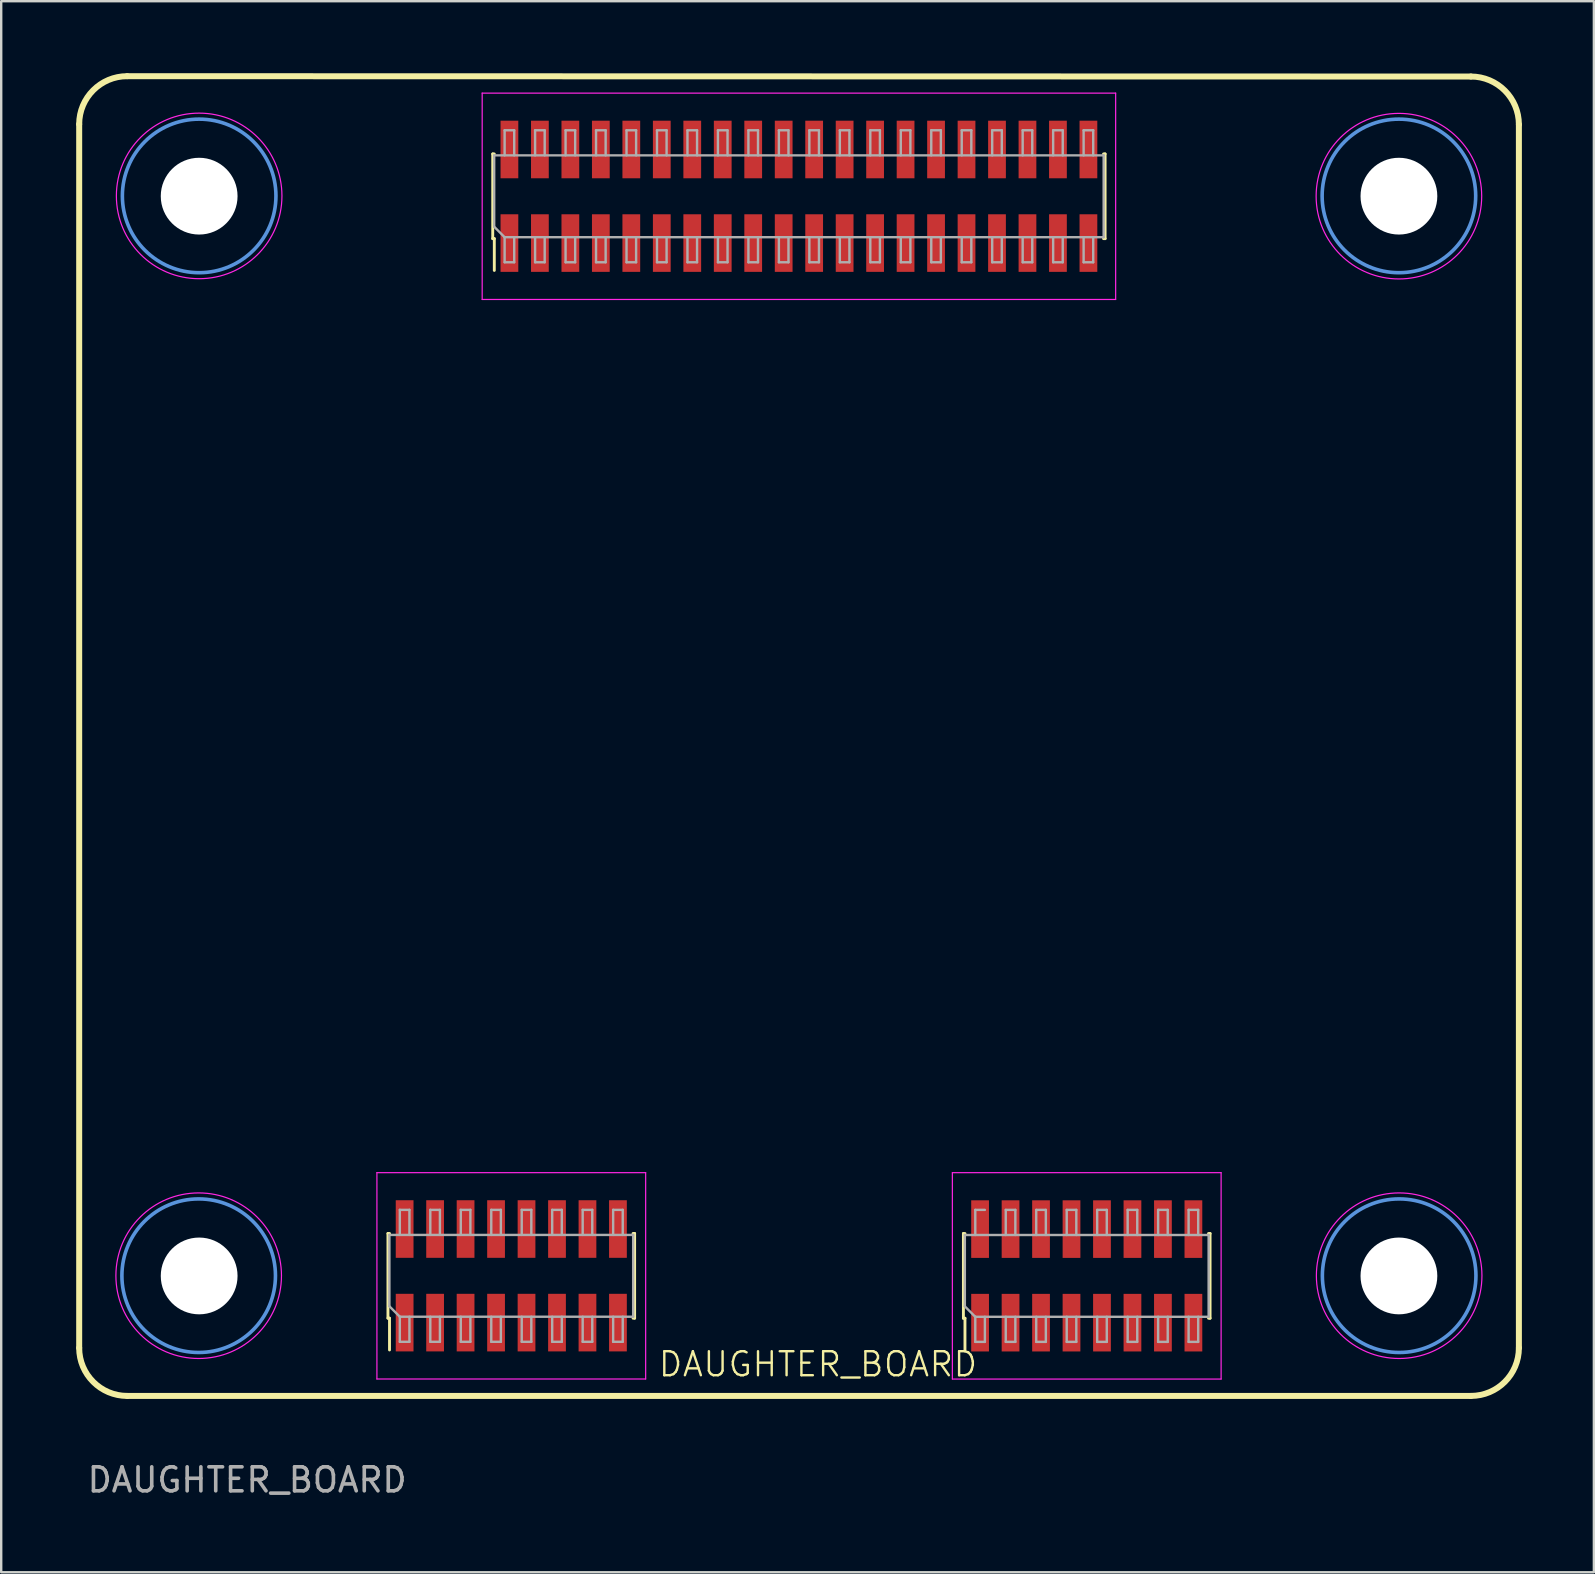
<source format=kicad_pcb>
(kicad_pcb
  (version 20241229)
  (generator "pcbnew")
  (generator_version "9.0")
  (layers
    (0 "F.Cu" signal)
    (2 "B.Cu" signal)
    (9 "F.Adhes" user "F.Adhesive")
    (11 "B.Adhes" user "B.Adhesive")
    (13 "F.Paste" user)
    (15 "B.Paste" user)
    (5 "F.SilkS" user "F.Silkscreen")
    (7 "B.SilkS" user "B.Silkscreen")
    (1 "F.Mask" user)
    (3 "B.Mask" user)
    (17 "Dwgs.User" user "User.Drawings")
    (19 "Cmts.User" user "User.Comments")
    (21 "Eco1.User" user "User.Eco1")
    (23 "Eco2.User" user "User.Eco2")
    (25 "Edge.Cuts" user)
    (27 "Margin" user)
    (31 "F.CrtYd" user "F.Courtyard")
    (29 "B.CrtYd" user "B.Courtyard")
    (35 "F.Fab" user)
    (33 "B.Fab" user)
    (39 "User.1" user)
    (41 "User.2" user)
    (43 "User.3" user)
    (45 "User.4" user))
  (footprint "DAUGHTER_BOARD"
    (layer "F.Cu")
    (at 0.25 55.125)
    (property "Reference" "DAUGHTER_BOARD" (at 30.79 -1.32 0) (unlocked yes) (layer "F.SilkS") (effects (font (size 1 1) (thickness 0.1))))
    (attr smd)
    (fp_line (start 0 -2) (end 0 -53) (stroke (width 0.25) (type default)) (layer "F.SilkS"))
    (fp_line (start 2 -55) (end 58 -54.985) (stroke (width 0.25) (type default)) (layer "F.SilkS"))
    (fp_line (start 12.868 -6.77) (end 12.933 -6.77) (stroke (width 0.12) (type solid)) (layer "F.SilkS"))
    (fp_line (start 12.868 -3.24) (end 12.868 -6.77) (stroke (width 0.12) (type solid)) (layer "F.SilkS"))
    (fp_line (start 12.868 -3.24) (end 12.933 -3.24) (stroke (width 0.12) (type solid)) (layer "F.SilkS"))
    (fp_line (start 12.933 -1.915) (end 12.933 -3.24) (stroke (width 0.12) (type solid)) (layer "F.SilkS"))
    (fp_line (start 17.235 -51.76) (end 17.3 -51.76) (stroke (width 0.12) (type solid)) (layer "F.SilkS"))
    (fp_line (start 17.235 -48.23) (end 17.235 -51.76) (stroke (width 0.12) (type solid)) (layer "F.SilkS"))
    (fp_line (start 17.235 -48.23) (end 17.3 -48.23) (stroke (width 0.12) (type solid)) (layer "F.SilkS"))
    (fp_line (start 17.3 -46.905) (end 17.3 -48.23) (stroke (width 0.12) (type solid)) (layer "F.SilkS"))
    (fp_line (start 23.083 -6.77) (end 23.148 -6.77) (stroke (width 0.12) (type solid)) (layer "F.SilkS"))
    (fp_line (start 23.083 -3.24) (end 23.148 -3.24) (stroke (width 0.12) (type solid)) (layer "F.SilkS"))
    (fp_line (start 23.148 -3.24) (end 23.148 -6.77) (stroke (width 0.12) (type solid)) (layer "F.SilkS"))
    (fp_line (start 36.85 -6.768) (end 36.915 -6.768) (stroke (width 0.12) (type solid)) (layer "F.SilkS"))
    (fp_line (start 36.85 -3.237) (end 36.85 -6.768) (stroke (width 0.12) (type solid)) (layer "F.SilkS"))
    (fp_line (start 36.85 -3.237) (end 36.915 -3.237) (stroke (width 0.12) (type solid)) (layer "F.SilkS"))
    (fp_line (start 36.915 -1.913) (end 36.915 -3.237) (stroke (width 0.12) (type solid)) (layer "F.SilkS"))
    (fp_line (start 42.69 -51.76) (end 42.755 -51.76) (stroke (width 0.12) (type solid)) (layer "F.SilkS"))
    (fp_line (start 42.69 -48.23) (end 42.755 -48.23) (stroke (width 0.12) (type solid)) (layer "F.SilkS"))
    (fp_line (start 42.755 -48.23) (end 42.755 -51.76) (stroke (width 0.12) (type solid)) (layer "F.SilkS"))
    (fp_line (start 47.065 -6.768) (end 47.13 -6.768) (stroke (width 0.12) (type solid)) (layer "F.SilkS"))
    (fp_line (start 47.065 -3.237) (end 47.13 -3.237) (stroke (width 0.12) (type solid)) (layer "F.SilkS"))
    (fp_line (start 47.13 -3.237) (end 47.13 -6.768) (stroke (width 0.12) (type solid)) (layer "F.SilkS"))
    (fp_line (start 58 0) (end 2 0) (stroke (width 0.25) (type default)) (layer "F.SilkS"))
    (fp_line (start 60 -52.986) (end 60 -2) (stroke (width 0.25) (type default)) (layer "F.SilkS"))
    (fp_arc (start 0 -53) (mid 0.585786 -54.414213) (end 2 -55) (stroke (width 0.25) (type default)) (layer "F.SilkS"))
    (fp_arc (start 2 0) (mid 0.585786 -0.585786) (end 0 -2) (stroke (width 0.25) (type default)) (layer "F.SilkS"))
    (fp_arc (start 58 -54.985786) (mid 59.414214 -54.4) (end 60 -52.985786) (stroke (width 0.25) (type default)) (layer "F.SilkS"))
    (fp_arc (start 60 -2) (mid 59.414214 -0.585786) (end 58 0) (stroke (width 0.25) (type default)) (layer "F.SilkS"))
    (fp_circle (center 4.98 -5.01) (end 8.18 -5.01) (stroke (width 0.15) (type solid)) (fill no) (layer "Cmts.User"))
    (fp_circle (center 5 -50.01) (end 8.2 -50.01) (stroke (width 0.15) (type solid)) (fill no) (layer "Cmts.User"))
    (fp_circle (center 55 -50.01) (end 58.2 -50.01) (stroke (width 0.15) (type solid)) (fill no) (layer "Cmts.User"))
    (fp_circle (center 55.01 -5.01) (end 58.21 -5.01) (stroke (width 0.15) (type solid)) (fill no) (layer "Cmts.User"))
    (fp_line (start 12.408 -9.305) (end 12.408 -0.705) (stroke (width 0.05) (type solid)) (layer "F.CrtYd"))
    (fp_line (start 12.408 -0.705) (end 23.608 -0.705) (stroke (width 0.05) (type solid)) (layer "F.CrtYd"))
    (fp_line (start 16.795 -54.295) (end 16.795 -45.695) (stroke (width 0.05) (type solid)) (layer "F.CrtYd"))
    (fp_line (start 16.795 -45.695) (end 43.195 -45.695) (stroke (width 0.05) (type solid)) (layer "F.CrtYd"))
    (fp_line (start 23.608 -9.305) (end 12.408 -9.305) (stroke (width 0.05) (type solid)) (layer "F.CrtYd"))
    (fp_line (start 23.608 -0.705) (end 23.608 -9.305) (stroke (width 0.05) (type solid)) (layer "F.CrtYd"))
    (fp_line (start 36.39 -9.303) (end 36.39 -0.703) (stroke (width 0.05) (type solid)) (layer "F.CrtYd"))
    (fp_line (start 36.39 -0.703) (end 47.59 -0.703) (stroke (width 0.05) (type solid)) (layer "F.CrtYd"))
    (fp_line (start 43.195 -54.295) (end 16.795 -54.295) (stroke (width 0.05) (type solid)) (layer "F.CrtYd"))
    (fp_line (start 43.195 -45.695) (end 43.195 -54.295) (stroke (width 0.05) (type solid)) (layer "F.CrtYd"))
    (fp_line (start 47.59 -9.303) (end 36.39 -9.303) (stroke (width 0.05) (type solid)) (layer "F.CrtYd"))
    (fp_line (start 47.59 -0.703) (end 47.59 -9.303) (stroke (width 0.05) (type solid)) (layer "F.CrtYd"))
    (fp_circle (center 4.98 -5.01) (end 8.43 -5.01) (stroke (width 0.05) (type solid)) (fill no) (layer "F.CrtYd"))
    (fp_circle (center 5 -50.01) (end 8.45 -50.01) (stroke (width 0.05) (type solid)) (fill no) (layer "F.CrtYd"))
    (fp_circle (center 55 -50) (end 58.45 -50) (stroke (width 0.05) (type solid)) (fill no) (layer "F.CrtYd"))
    (fp_circle (center 55.01 -5.01) (end 58.46 -5.01) (stroke (width 0.05) (type solid)) (fill no) (layer "F.CrtYd"))
    (fp_line (start 12.928 -6.71) (end 23.088 -6.71) (stroke (width 0.1) (type solid)) (layer "F.Fab"))
    (fp_line (start 12.928 -3.735) (end 12.928 -6.71) (stroke (width 0.1) (type solid)) (layer "F.Fab"))
    (fp_line (start 13.363 -7.755) (end 13.763 -7.755) (stroke (width 0.1) (type solid)) (layer "F.Fab"))
    (fp_line (start 13.363 -6.71) (end 13.363 -7.755) (stroke (width 0.1) (type solid)) (layer "F.Fab"))
    (fp_line (start 13.363 -3.3) (end 12.928 -3.735) (stroke (width 0.1) (type solid)) (layer "F.Fab"))
    (fp_line (start 13.363 -3.3) (end 13.363 -2.255) (stroke (width 0.1) (type solid)) (layer "F.Fab"))
    (fp_line (start 13.363 -2.255) (end 13.763 -2.255) (stroke (width 0.1) (type solid)) (layer "F.Fab"))
    (fp_line (start 13.763 -7.755) (end 13.763 -6.71) (stroke (width 0.1) (type solid)) (layer "F.Fab"))
    (fp_line (start 13.763 -2.255) (end 13.763 -3.3) (stroke (width 0.1) (type solid)) (layer "F.Fab"))
    (fp_line (start 14.633 -7.755) (end 15.033 -7.755) (stroke (width 0.1) (type solid)) (layer "F.Fab"))
    (fp_line (start 14.633 -6.71) (end 14.633 -7.755) (stroke (width 0.1) (type solid)) (layer "F.Fab"))
    (fp_line (start 14.633 -3.3) (end 14.633 -2.255) (stroke (width 0.1) (type solid)) (layer "F.Fab"))
    (fp_line (start 14.633 -2.255) (end 15.033 -2.255) (stroke (width 0.1) (type solid)) (layer "F.Fab"))
    (fp_line (start 15.033 -7.755) (end 15.033 -6.71) (stroke (width 0.1) (type solid)) (layer "F.Fab"))
    (fp_line (start 15.033 -2.255) (end 15.033 -3.3) (stroke (width 0.1) (type solid)) (layer "F.Fab"))
    (fp_line (start 15.903 -7.755) (end 16.303 -7.755) (stroke (width 0.1) (type solid)) (layer "F.Fab"))
    (fp_line (start 15.903 -6.71) (end 15.903 -7.755) (stroke (width 0.1) (type solid)) (layer "F.Fab"))
    (fp_line (start 15.903 -3.3) (end 15.903 -2.255) (stroke (width 0.1) (type solid)) (layer "F.Fab"))
    (fp_line (start 15.903 -2.255) (end 16.303 -2.255) (stroke (width 0.1) (type solid)) (layer "F.Fab"))
    (fp_line (start 16.303 -7.755) (end 16.303 -6.71) (stroke (width 0.1) (type solid)) (layer "F.Fab"))
    (fp_line (start 16.303 -2.255) (end 16.303 -3.3) (stroke (width 0.1) (type solid)) (layer "F.Fab"))
    (fp_line (start 17.173 -7.755) (end 17.573 -7.755) (stroke (width 0.1) (type solid)) (layer "F.Fab"))
    (fp_line (start 17.173 -6.71) (end 17.173 -7.755) (stroke (width 0.1) (type solid)) (layer "F.Fab"))
    (fp_line (start 17.173 -3.3) (end 17.173 -2.255) (stroke (width 0.1) (type solid)) (layer "F.Fab"))
    (fp_line (start 17.173 -2.255) (end 17.573 -2.255) (stroke (width 0.1) (type solid)) (layer "F.Fab"))
    (fp_line (start 17.295 -51.7) (end 42.695 -51.7) (stroke (width 0.1) (type solid)) (layer "F.Fab"))
    (fp_line (start 17.295 -48.725) (end 17.295 -51.7) (stroke (width 0.1) (type solid)) (layer "F.Fab"))
    (fp_line (start 17.573 -7.755) (end 17.573 -6.71) (stroke (width 0.1) (type solid)) (layer "F.Fab"))
    (fp_line (start 17.573 -2.255) (end 17.573 -3.3) (stroke (width 0.1) (type solid)) (layer "F.Fab"))
    (fp_line (start 17.73 -52.745) (end 18.13 -52.745) (stroke (width 0.1) (type solid)) (layer "F.Fab"))
    (fp_line (start 17.73 -51.7) (end 17.73 -52.745) (stroke (width 0.1) (type solid)) (layer "F.Fab"))
    (fp_line (start 17.73 -48.29) (end 17.295 -48.725) (stroke (width 0.1) (type solid)) (layer "F.Fab"))
    (fp_line (start 17.73 -48.29) (end 17.73 -47.245) (stroke (width 0.1) (type solid)) (layer "F.Fab"))
    (fp_line (start 17.73 -47.245) (end 18.13 -47.245) (stroke (width 0.1) (type solid)) (layer "F.Fab"))
    (fp_line (start 18.13 -52.745) (end 18.13 -51.7) (stroke (width 0.1) (type solid)) (layer "F.Fab"))
    (fp_line (start 18.13 -47.245) (end 18.13 -48.29) (stroke (width 0.1) (type solid)) (layer "F.Fab"))
    (fp_line (start 18.443 -7.755) (end 18.843 -7.755) (stroke (width 0.1) (type solid)) (layer "F.Fab"))
    (fp_line (start 18.443 -6.71) (end 18.443 -7.755) (stroke (width 0.1) (type solid)) (layer "F.Fab"))
    (fp_line (start 18.443 -3.3) (end 18.443 -2.255) (stroke (width 0.1) (type solid)) (layer "F.Fab"))
    (fp_line (start 18.443 -2.255) (end 18.843 -2.255) (stroke (width 0.1) (type solid)) (layer "F.Fab"))
    (fp_line (start 18.843 -7.755) (end 18.843 -6.71) (stroke (width 0.1) (type solid)) (layer "F.Fab"))
    (fp_line (start 18.843 -2.255) (end 18.843 -3.3) (stroke (width 0.1) (type solid)) (layer "F.Fab"))
    (fp_line (start 19 -52.745) (end 19.4 -52.745) (stroke (width 0.1) (type solid)) (layer "F.Fab"))
    (fp_line (start 19 -51.7) (end 19 -52.745) (stroke (width 0.1) (type solid)) (layer "F.Fab"))
    (fp_line (start 19 -48.29) (end 19 -47.245) (stroke (width 0.1) (type solid)) (layer "F.Fab"))
    (fp_line (start 19 -47.245) (end 19.4 -47.245) (stroke (width 0.1) (type solid)) (layer "F.Fab"))
    (fp_line (start 19.4 -52.745) (end 19.4 -51.7) (stroke (width 0.1) (type solid)) (layer "F.Fab"))
    (fp_line (start 19.4 -47.245) (end 19.4 -48.29) (stroke (width 0.1) (type solid)) (layer "F.Fab"))
    (fp_line (start 19.713 -7.755) (end 20.113 -7.755) (stroke (width 0.1) (type solid)) (layer "F.Fab"))
    (fp_line (start 19.713 -6.71) (end 19.713 -7.755) (stroke (width 0.1) (type solid)) (layer "F.Fab"))
    (fp_line (start 19.713 -3.3) (end 19.713 -2.255) (stroke (width 0.1) (type solid)) (layer "F.Fab"))
    (fp_line (start 19.713 -2.255) (end 20.113 -2.255) (stroke (width 0.1) (type solid)) (layer "F.Fab"))
    (fp_line (start 20.113 -7.755) (end 20.113 -6.71) (stroke (width 0.1) (type solid)) (layer "F.Fab"))
    (fp_line (start 20.113 -2.255) (end 20.113 -3.3) (stroke (width 0.1) (type solid)) (layer "F.Fab"))
    (fp_line (start 20.27 -52.745) (end 20.67 -52.745) (stroke (width 0.1) (type solid)) (layer "F.Fab"))
    (fp_line (start 20.27 -51.7) (end 20.27 -52.745) (stroke (width 0.1) (type solid)) (layer "F.Fab"))
    (fp_line (start 20.27 -48.29) (end 20.27 -47.245) (stroke (width 0.1) (type solid)) (layer "F.Fab"))
    (fp_line (start 20.27 -47.245) (end 20.67 -47.245) (stroke (width 0.1) (type solid)) (layer "F.Fab"))
    (fp_line (start 20.67 -52.745) (end 20.67 -51.7) (stroke (width 0.1) (type solid)) (layer "F.Fab"))
    (fp_line (start 20.67 -47.245) (end 20.67 -48.29) (stroke (width 0.1) (type solid)) (layer "F.Fab"))
    (fp_line (start 20.983 -7.755) (end 21.383 -7.755) (stroke (width 0.1) (type solid)) (layer "F.Fab"))
    (fp_line (start 20.983 -6.71) (end 20.983 -7.755) (stroke (width 0.1) (type solid)) (layer "F.Fab"))
    (fp_line (start 20.983 -3.3) (end 20.983 -2.255) (stroke (width 0.1) (type solid)) (layer "F.Fab"))
    (fp_line (start 20.983 -2.255) (end 21.383 -2.255) (stroke (width 0.1) (type solid)) (layer "F.Fab"))
    (fp_line (start 21.383 -7.755) (end 21.383 -6.71) (stroke (width 0.1) (type solid)) (layer "F.Fab"))
    (fp_line (start 21.383 -2.255) (end 21.383 -3.3) (stroke (width 0.1) (type solid)) (layer "F.Fab"))
    (fp_line (start 21.54 -52.745) (end 21.94 -52.745) (stroke (width 0.1) (type solid)) (layer "F.Fab"))
    (fp_line (start 21.54 -51.7) (end 21.54 -52.745) (stroke (width 0.1) (type solid)) (layer "F.Fab"))
    (fp_line (start 21.54 -48.29) (end 21.54 -47.245) (stroke (width 0.1) (type solid)) (layer "F.Fab"))
    (fp_line (start 21.54 -47.245) (end 21.94 -47.245) (stroke (width 0.1) (type solid)) (layer "F.Fab"))
    (fp_line (start 21.94 -52.745) (end 21.94 -51.7) (stroke (width 0.1) (type solid)) (layer "F.Fab"))
    (fp_line (start 21.94 -47.245) (end 21.94 -48.29) (stroke (width 0.1) (type solid)) (layer "F.Fab"))
    (fp_line (start 22.253 -7.755) (end 22.653 -7.755) (stroke (width 0.1) (type solid)) (layer "F.Fab"))
    (fp_line (start 22.253 -6.71) (end 22.253 -7.755) (stroke (width 0.1) (type solid)) (layer "F.Fab"))
    (fp_line (start 22.253 -3.3) (end 22.253 -2.255) (stroke (width 0.1) (type solid)) (layer "F.Fab"))
    (fp_line (start 22.253 -2.255) (end 22.653 -2.255) (stroke (width 0.1) (type solid)) (layer "F.Fab"))
    (fp_line (start 22.653 -7.755) (end 22.653 -6.71) (stroke (width 0.1) (type solid)) (layer "F.Fab"))
    (fp_line (start 22.653 -2.255) (end 22.653 -3.3) (stroke (width 0.1) (type solid)) (layer "F.Fab"))
    (fp_line (start 22.81 -52.745) (end 23.21 -52.745) (stroke (width 0.1) (type solid)) (layer "F.Fab"))
    (fp_line (start 22.81 -51.7) (end 22.81 -52.745) (stroke (width 0.1) (type solid)) (layer "F.Fab"))
    (fp_line (start 22.81 -48.29) (end 22.81 -47.245) (stroke (width 0.1) (type solid)) (layer "F.Fab"))
    (fp_line (start 22.81 -47.245) (end 23.21 -47.245) (stroke (width 0.1) (type solid)) (layer "F.Fab"))
    (fp_line (start 23.088 -6.71) (end 23.088 -3.3) (stroke (width 0.1) (type solid)) (layer "F.Fab"))
    (fp_line (start 23.088 -3.3) (end 13.363 -3.3) (stroke (width 0.1) (type solid)) (layer "F.Fab"))
    (fp_line (start 23.21 -52.745) (end 23.21 -51.7) (stroke (width 0.1) (type solid)) (layer "F.Fab"))
    (fp_line (start 23.21 -47.245) (end 23.21 -48.29) (stroke (width 0.1) (type solid)) (layer "F.Fab"))
    (fp_line (start 24.08 -52.745) (end 24.48 -52.745) (stroke (width 0.1) (type solid)) (layer "F.Fab"))
    (fp_line (start 24.08 -51.7) (end 24.08 -52.745) (stroke (width 0.1) (type solid)) (layer "F.Fab"))
    (fp_line (start 24.08 -48.29) (end 24.08 -47.245) (stroke (width 0.1) (type solid)) (layer "F.Fab"))
    (fp_line (start 24.08 -47.245) (end 24.48 -47.245) (stroke (width 0.1) (type solid)) (layer "F.Fab"))
    (fp_line (start 24.48 -52.745) (end 24.48 -51.7) (stroke (width 0.1) (type solid)) (layer "F.Fab"))
    (fp_line (start 24.48 -47.245) (end 24.48 -48.29) (stroke (width 0.1) (type solid)) (layer "F.Fab"))
    (fp_line (start 25.35 -52.745) (end 25.75 -52.745) (stroke (width 0.1) (type solid)) (layer "F.Fab"))
    (fp_line (start 25.35 -51.7) (end 25.35 -52.745) (stroke (width 0.1) (type solid)) (layer "F.Fab"))
    (fp_line (start 25.35 -48.29) (end 25.35 -47.245) (stroke (width 0.1) (type solid)) (layer "F.Fab"))
    (fp_line (start 25.35 -47.245) (end 25.75 -47.245) (stroke (width 0.1) (type solid)) (layer "F.Fab"))
    (fp_line (start 25.75 -52.745) (end 25.75 -51.7) (stroke (width 0.1) (type solid)) (layer "F.Fab"))
    (fp_line (start 25.75 -47.245) (end 25.75 -48.29) (stroke (width 0.1) (type solid)) (layer "F.Fab"))
    (fp_line (start 26.62 -52.745) (end 27.02 -52.745) (stroke (width 0.1) (type solid)) (layer "F.Fab"))
    (fp_line (start 26.62 -51.7) (end 26.62 -52.745) (stroke (width 0.1) (type solid)) (layer "F.Fab"))
    (fp_line (start 26.62 -48.29) (end 26.62 -47.245) (stroke (width 0.1) (type solid)) (layer "F.Fab"))
    (fp_line (start 26.62 -47.245) (end 27.02 -47.245) (stroke (width 0.1) (type solid)) (layer "F.Fab"))
    (fp_line (start 27.02 -52.745) (end 27.02 -51.7) (stroke (width 0.1) (type solid)) (layer "F.Fab"))
    (fp_line (start 27.02 -47.245) (end 27.02 -48.29) (stroke (width 0.1) (type solid)) (layer "F.Fab"))
    (fp_line (start 27.89 -52.745) (end 28.29 -52.745) (stroke (width 0.1) (type solid)) (layer "F.Fab"))
    (fp_line (start 27.89 -51.7) (end 27.89 -52.745) (stroke (width 0.1) (type solid)) (layer "F.Fab"))
    (fp_line (start 27.89 -48.29) (end 27.89 -47.245) (stroke (width 0.1) (type solid)) (layer "F.Fab"))
    (fp_line (start 27.89 -47.245) (end 28.29 -47.245) (stroke (width 0.1) (type solid)) (layer "F.Fab"))
    (fp_line (start 28.29 -52.745) (end 28.29 -51.7) (stroke (width 0.1) (type solid)) (layer "F.Fab"))
    (fp_line (start 28.29 -47.245) (end 28.29 -48.29) (stroke (width 0.1) (type solid)) (layer "F.Fab"))
    (fp_line (start 29.16 -52.745) (end 29.56 -52.745) (stroke (width 0.1) (type solid)) (layer "F.Fab"))
    (fp_line (start 29.16 -51.7) (end 29.16 -52.745) (stroke (width 0.1) (type solid)) (layer "F.Fab"))
    (fp_line (start 29.16 -48.29) (end 29.16 -47.245) (stroke (width 0.1) (type solid)) (layer "F.Fab"))
    (fp_line (start 29.16 -47.245) (end 29.56 -47.245) (stroke (width 0.1) (type solid)) (layer "F.Fab"))
    (fp_line (start 29.56 -52.745) (end 29.56 -51.7) (stroke (width 0.1) (type solid)) (layer "F.Fab"))
    (fp_line (start 29.56 -47.245) (end 29.56 -48.29) (stroke (width 0.1) (type solid)) (layer "F.Fab"))
    (fp_line (start 30.43 -52.745) (end 30.83 -52.745) (stroke (width 0.1) (type solid)) (layer "F.Fab"))
    (fp_line (start 30.43 -51.7) (end 30.43 -52.745) (stroke (width 0.1) (type solid)) (layer "F.Fab"))
    (fp_line (start 30.43 -48.29) (end 30.43 -47.245) (stroke (width 0.1) (type solid)) (layer "F.Fab"))
    (fp_line (start 30.43 -47.245) (end 30.83 -47.245) (stroke (width 0.1) (type solid)) (layer "F.Fab"))
    (fp_line (start 30.83 -52.745) (end 30.83 -51.7) (stroke (width 0.1) (type solid)) (layer "F.Fab"))
    (fp_line (start 30.83 -47.245) (end 30.83 -48.29) (stroke (width 0.1) (type solid)) (layer "F.Fab"))
    (fp_line (start 31.7 -52.745) (end 32.1 -52.745) (stroke (width 0.1) (type solid)) (layer "F.Fab"))
    (fp_line (start 31.7 -51.7) (end 31.7 -52.745) (stroke (width 0.1) (type solid)) (layer "F.Fab"))
    (fp_line (start 31.7 -48.29) (end 31.7 -47.245) (stroke (width 0.1) (type solid)) (layer "F.Fab"))
    (fp_line (start 31.7 -47.245) (end 32.1 -47.245) (stroke (width 0.1) (type solid)) (layer "F.Fab"))
    (fp_line (start 32.1 -52.745) (end 32.1 -51.7) (stroke (width 0.1) (type solid)) (layer "F.Fab"))
    (fp_line (start 32.1 -47.245) (end 32.1 -48.29) (stroke (width 0.1) (type solid)) (layer "F.Fab"))
    (fp_line (start 32.97 -52.745) (end 33.37 -52.745) (stroke (width 0.1) (type solid)) (layer "F.Fab"))
    (fp_line (start 32.97 -51.7) (end 32.97 -52.745) (stroke (width 0.1) (type solid)) (layer "F.Fab"))
    (fp_line (start 32.97 -48.29) (end 32.97 -47.245) (stroke (width 0.1) (type solid)) (layer "F.Fab"))
    (fp_line (start 32.97 -47.245) (end 33.37 -47.245) (stroke (width 0.1) (type solid)) (layer "F.Fab"))
    (fp_line (start 33.37 -52.745) (end 33.37 -51.7) (stroke (width 0.1) (type solid)) (layer "F.Fab"))
    (fp_line (start 33.37 -47.245) (end 33.37 -48.29) (stroke (width 0.1) (type solid)) (layer "F.Fab"))
    (fp_line (start 34.24 -52.745) (end 34.64 -52.745) (stroke (width 0.1) (type solid)) (layer "F.Fab"))
    (fp_line (start 34.24 -51.7) (end 34.24 -52.745) (stroke (width 0.1) (type solid)) (layer "F.Fab"))
    (fp_line (start 34.24 -48.29) (end 34.24 -47.245) (stroke (width 0.1) (type solid)) (layer "F.Fab"))
    (fp_line (start 34.24 -47.245) (end 34.64 -47.245) (stroke (width 0.1) (type solid)) (layer "F.Fab"))
    (fp_line (start 34.64 -52.745) (end 34.64 -51.7) (stroke (width 0.1) (type solid)) (layer "F.Fab"))
    (fp_line (start 34.64 -47.245) (end 34.64 -48.29) (stroke (width 0.1) (type solid)) (layer "F.Fab"))
    (fp_line (start 35.51 -52.745) (end 35.91 -52.745) (stroke (width 0.1) (type solid)) (layer "F.Fab"))
    (fp_line (start 35.51 -51.7) (end 35.51 -52.745) (stroke (width 0.1) (type solid)) (layer "F.Fab"))
    (fp_line (start 35.51 -48.29) (end 35.51 -47.245) (stroke (width 0.1) (type solid)) (layer "F.Fab"))
    (fp_line (start 35.51 -47.245) (end 35.91 -47.245) (stroke (width 0.1) (type solid)) (layer "F.Fab"))
    (fp_line (start 35.91 -52.745) (end 35.91 -51.7) (stroke (width 0.1) (type solid)) (layer "F.Fab"))
    (fp_line (start 35.91 -47.245) (end 35.91 -48.29) (stroke (width 0.1) (type solid)) (layer "F.Fab"))
    (fp_line (start 36.78 -52.745) (end 37.18 -52.745) (stroke (width 0.1) (type solid)) (layer "F.Fab"))
    (fp_line (start 36.78 -51.7) (end 36.78 -52.745) (stroke (width 0.1) (type solid)) (layer "F.Fab"))
    (fp_line (start 36.78 -48.29) (end 36.78 -47.245) (stroke (width 0.1) (type solid)) (layer "F.Fab"))
    (fp_line (start 36.78 -47.245) (end 37.18 -47.245) (stroke (width 0.1) (type solid)) (layer "F.Fab"))
    (fp_line (start 36.91 -6.707) (end 47.07 -6.707) (stroke (width 0.1) (type solid)) (layer "F.Fab"))
    (fp_line (start 36.91 -3.732) (end 36.91 -6.707) (stroke (width 0.1) (type solid)) (layer "F.Fab"))
    (fp_line (start 37.18 -52.745) (end 37.18 -51.7) (stroke (width 0.1) (type solid)) (layer "F.Fab"))
    (fp_line (start 37.18 -47.245) (end 37.18 -48.29) (stroke (width 0.1) (type solid)) (layer "F.Fab"))
    (fp_line (start 37.345 -7.753) (end 37.745 -7.753) (stroke (width 0.1) (type solid)) (layer "F.Fab"))
    (fp_line (start 37.345 -6.707) (end 37.345 -7.753) (stroke (width 0.1) (type solid)) (layer "F.Fab"))
    (fp_line (start 37.345 -3.297) (end 36.91 -3.732) (stroke (width 0.1) (type solid)) (layer "F.Fab"))
    (fp_line (start 37.345 -3.297) (end 37.345 -2.252) (stroke (width 0.1) (type solid)) (layer "F.Fab"))
    (fp_line (start 37.345 -2.252) (end 37.745 -2.252) (stroke (width 0.1) (type solid)) (layer "F.Fab"))
    (fp_line (start 37.745 -2.252) (end 37.745 -3.297) (stroke (width 0.1) (type solid)) (layer "F.Fab"))
    (fp_line (start 38.05 -52.745) (end 38.45 -52.745) (stroke (width 0.1) (type solid)) (layer "F.Fab"))
    (fp_line (start 38.05 -51.7) (end 38.05 -52.745) (stroke (width 0.1) (type solid)) (layer "F.Fab"))
    (fp_line (start 38.05 -48.29) (end 38.05 -47.245) (stroke (width 0.1) (type solid)) (layer "F.Fab"))
    (fp_line (start 38.05 -47.245) (end 38.45 -47.245) (stroke (width 0.1) (type solid)) (layer "F.Fab"))
    (fp_line (start 38.45 -52.745) (end 38.45 -51.7) (stroke (width 0.1) (type solid)) (layer "F.Fab"))
    (fp_line (start 38.45 -47.245) (end 38.45 -48.29) (stroke (width 0.1) (type solid)) (layer "F.Fab"))
    (fp_line (start 38.615 -7.753) (end 39.015 -7.753) (stroke (width 0.1) (type solid)) (layer "F.Fab"))
    (fp_line (start 38.615 -6.707) (end 38.615 -7.753) (stroke (width 0.1) (type solid)) (layer "F.Fab"))
    (fp_line (start 38.615 -3.297) (end 38.615 -2.252) (stroke (width 0.1) (type solid)) (layer "F.Fab"))
    (fp_line (start 38.615 -2.252) (end 39.015 -2.252) (stroke (width 0.1) (type solid)) (layer "F.Fab"))
    (fp_line (start 39.015 -7.753) (end 39.015 -6.707) (stroke (width 0.1) (type solid)) (layer "F.Fab"))
    (fp_line (start 39.015 -2.252) (end 39.015 -3.297) (stroke (width 0.1) (type solid)) (layer "F.Fab"))
    (fp_line (start 39.32 -52.745) (end 39.72 -52.745) (stroke (width 0.1) (type solid)) (layer "F.Fab"))
    (fp_line (start 39.32 -51.7) (end 39.32 -52.745) (stroke (width 0.1) (type solid)) (layer "F.Fab"))
    (fp_line (start 39.32 -48.29) (end 39.32 -47.245) (stroke (width 0.1) (type solid)) (layer "F.Fab"))
    (fp_line (start 39.32 -47.245) (end 39.72 -47.245) (stroke (width 0.1) (type solid)) (layer "F.Fab"))
    (fp_line (start 39.72 -52.745) (end 39.72 -51.7) (stroke (width 0.1) (type solid)) (layer "F.Fab"))
    (fp_line (start 39.72 -47.245) (end 39.72 -48.29) (stroke (width 0.1) (type solid)) (layer "F.Fab"))
    (fp_line (start 39.885 -7.753) (end 40.285 -7.753) (stroke (width 0.1) (type solid)) (layer "F.Fab"))
    (fp_line (start 39.885 -6.707) (end 39.885 -7.753) (stroke (width 0.1) (type solid)) (layer "F.Fab"))
    (fp_line (start 39.885 -3.297) (end 39.885 -2.252) (stroke (width 0.1) (type solid)) (layer "F.Fab"))
    (fp_line (start 39.885 -2.252) (end 40.285 -2.252) (stroke (width 0.1) (type solid)) (layer "F.Fab"))
    (fp_line (start 40.285 -7.753) (end 40.285 -6.707) (stroke (width 0.1) (type solid)) (layer "F.Fab"))
    (fp_line (start 40.285 -2.252) (end 40.285 -3.297) (stroke (width 0.1) (type solid)) (layer "F.Fab"))
    (fp_line (start 40.59 -52.745) (end 40.99 -52.745) (stroke (width 0.1) (type solid)) (layer "F.Fab"))
    (fp_line (start 40.59 -51.7) (end 40.59 -52.745) (stroke (width 0.1) (type solid)) (layer "F.Fab"))
    (fp_line (start 40.59 -48.29) (end 40.59 -47.245) (stroke (width 0.1) (type solid)) (layer "F.Fab"))
    (fp_line (start 40.59 -47.245) (end 40.99 -47.245) (stroke (width 0.1) (type solid)) (layer "F.Fab"))
    (fp_line (start 40.99 -52.745) (end 40.99 -51.7) (stroke (width 0.1) (type solid)) (layer "F.Fab"))
    (fp_line (start 40.99 -47.245) (end 40.99 -48.29) (stroke (width 0.1) (type solid)) (layer "F.Fab"))
    (fp_line (start 41.155 -7.753) (end 41.555 -7.753) (stroke (width 0.1) (type solid)) (layer "F.Fab"))
    (fp_line (start 41.155 -6.707) (end 41.155 -7.753) (stroke (width 0.1) (type solid)) (layer "F.Fab"))
    (fp_line (start 41.155 -3.297) (end 41.155 -2.252) (stroke (width 0.1) (type solid)) (layer "F.Fab"))
    (fp_line (start 41.155 -2.252) (end 41.555 -2.252) (stroke (width 0.1) (type solid)) (layer "F.Fab"))
    (fp_line (start 41.555 -7.753) (end 41.555 -6.707) (stroke (width 0.1) (type solid)) (layer "F.Fab"))
    (fp_line (start 41.555 -2.252) (end 41.555 -3.297) (stroke (width 0.1) (type solid)) (layer "F.Fab"))
    (fp_line (start 41.86 -52.745) (end 42.26 -52.745) (stroke (width 0.1) (type solid)) (layer "F.Fab"))
    (fp_line (start 41.86 -51.7) (end 41.86 -52.745) (stroke (width 0.1) (type solid)) (layer "F.Fab"))
    (fp_line (start 41.86 -48.29) (end 41.86 -47.245) (stroke (width 0.1) (type solid)) (layer "F.Fab"))
    (fp_line (start 41.86 -47.245) (end 42.26 -47.245) (stroke (width 0.1) (type solid)) (layer "F.Fab"))
    (fp_line (start 42.26 -52.745) (end 42.26 -51.7) (stroke (width 0.1) (type solid)) (layer "F.Fab"))
    (fp_line (start 42.26 -47.245) (end 42.26 -48.29) (stroke (width 0.1) (type solid)) (layer "F.Fab"))
    (fp_line (start 42.425 -7.753) (end 42.825 -7.753) (stroke (width 0.1) (type solid)) (layer "F.Fab"))
    (fp_line (start 42.425 -6.707) (end 42.425 -7.753) (stroke (width 0.1) (type solid)) (layer "F.Fab"))
    (fp_line (start 42.425 -3.297) (end 42.425 -2.252) (stroke (width 0.1) (type solid)) (layer "F.Fab"))
    (fp_line (start 42.425 -2.252) (end 42.825 -2.252) (stroke (width 0.1) (type solid)) (layer "F.Fab"))
    (fp_line (start 42.695 -51.7) (end 42.695 -48.29) (stroke (width 0.1) (type solid)) (layer "F.Fab"))
    (fp_line (start 42.695 -48.29) (end 17.73 -48.29) (stroke (width 0.1) (type solid)) (layer "F.Fab"))
    (fp_line (start 42.825 -7.753) (end 42.825 -6.707) (stroke (width 0.1) (type solid)) (layer "F.Fab"))
    (fp_line (start 42.825 -2.252) (end 42.825 -3.297) (stroke (width 0.1) (type solid)) (layer "F.Fab"))
    (fp_line (start 43.695 -7.753) (end 44.095 -7.753) (stroke (width 0.1) (type solid)) (layer "F.Fab"))
    (fp_line (start 43.695 -6.707) (end 43.695 -7.753) (stroke (width 0.1) (type solid)) (layer "F.Fab"))
    (fp_line (start 43.695 -3.297) (end 43.695 -2.252) (stroke (width 0.1) (type solid)) (layer "F.Fab"))
    (fp_line (start 43.695 -2.252) (end 44.095 -2.252) (stroke (width 0.1) (type solid)) (layer "F.Fab"))
    (fp_line (start 44.095 -7.753) (end 44.095 -6.707) (stroke (width 0.1) (type solid)) (layer "F.Fab"))
    (fp_line (start 44.095 -2.252) (end 44.095 -3.297) (stroke (width 0.1) (type solid)) (layer "F.Fab"))
    (fp_line (start 44.965 -7.753) (end 45.365 -7.753) (stroke (width 0.1) (type solid)) (layer "F.Fab"))
    (fp_line (start 44.965 -6.707) (end 44.965 -7.753) (stroke (width 0.1) (type solid)) (layer "F.Fab"))
    (fp_line (start 44.965 -3.297) (end 44.965 -2.252) (stroke (width 0.1) (type solid)) (layer "F.Fab"))
    (fp_line (start 44.965 -2.252) (end 45.365 -2.252) (stroke (width 0.1) (type solid)) (layer "F.Fab"))
    (fp_line (start 45.365 -7.753) (end 45.365 -6.707) (stroke (width 0.1) (type solid)) (layer "F.Fab"))
    (fp_line (start 45.365 -2.252) (end 45.365 -3.297) (stroke (width 0.1) (type solid)) (layer "F.Fab"))
    (fp_line (start 46.235 -7.753) (end 46.635 -7.753) (stroke (width 0.1) (type solid)) (layer "F.Fab"))
    (fp_line (start 46.235 -6.707) (end 46.235 -7.753) (stroke (width 0.1) (type solid)) (layer "F.Fab"))
    (fp_line (start 46.235 -3.297) (end 46.235 -2.252) (stroke (width 0.1) (type solid)) (layer "F.Fab"))
    (fp_line (start 46.235 -2.252) (end 46.635 -2.252) (stroke (width 0.1) (type solid)) (layer "F.Fab"))
    (fp_line (start 46.635 -7.753) (end 46.635 -6.707) (stroke (width 0.1) (type solid)) (layer "F.Fab"))
    (fp_line (start 46.635 -2.252) (end 46.635 -3.297) (stroke (width 0.1) (type solid)) (layer "F.Fab"))
    (fp_line (start 47.07 -6.707) (end 47.07 -3.297) (stroke (width 0.1) (type solid)) (layer "F.Fab"))
    (fp_line (start 47.07 -3.297) (end 37.345 -3.297) (stroke (width 0.1) (type solid)) (layer "F.Fab"))
    (fp_text user "${REFERENCE}" (at 7 3.5 0) (unlocked yes) (layer "F.Fab") (effects (font (size 1 1) (thickness 0.15))))
    (pad "" np_thru_hole circle (at 5 -50) (size 3.2 3.2) (drill 3.2) (layers "*.Cu" "*.Mask"))
    (pad "" np_thru_hole circle (at 5 -5) (size 3.2 3.2) (drill 3.2) (layers "*.Cu" "*.Mask"))
    (pad "" np_thru_hole circle (at 55 -50) (size 3.2 3.2) (drill 3.2) (layers "*.Cu" "*.Mask"))
    (pad "" np_thru_hole circle (at 55 -5) (size 3.2 3.2) (drill 3.2) (layers "*.Cu" "*.Mask"))
    (pad "1" smd rect (at 17.93 -48.045 90) (size 2.4 0.74) (layers "F.Cu" "F.Mask" "F.Paste"))
    (pad "2" smd rect (at 17.93 -51.945 90) (size 2.4 0.74) (layers "F.Cu" "F.Mask" "F.Paste"))
    (pad "3" smd rect (at 19.2 -48.045 90) (size 2.4 0.74) (layers "F.Cu" "F.Mask" "F.Paste"))
    (pad "4" smd rect (at 19.2 -51.945 90) (size 2.4 0.74) (layers "F.Cu" "F.Mask" "F.Paste"))
    (pad "5" smd rect (at 20.47 -48.045 90) (size 2.4 0.74) (layers "F.Cu" "F.Mask" "F.Paste"))
    (pad "6" smd rect (at 20.47 -51.945 90) (size 2.4 0.74) (layers "F.Cu" "F.Mask" "F.Paste"))
    (pad "7" smd rect (at 21.74 -48.045 90) (size 2.4 0.74) (layers "F.Cu" "F.Mask" "F.Paste"))
    (pad "8" smd rect (at 21.74 -51.945 90) (size 2.4 0.74) (layers "F.Cu" "F.Mask" "F.Paste"))
    (pad "9" smd rect (at 23.01 -48.045 90) (size 2.4 0.74) (layers "F.Cu" "F.Mask" "F.Paste"))
    (pad "10" smd rect (at 23.01 -51.945 90) (size 2.4 0.74) (layers "F.Cu" "F.Mask" "F.Paste"))
    (pad "11" smd rect (at 24.28 -48.045 90) (size 2.4 0.74) (layers "F.Cu" "F.Mask" "F.Paste"))
    (pad "12" smd rect (at 24.28 -51.945 90) (size 2.4 0.74) (layers "F.Cu" "F.Mask" "F.Paste"))
    (pad "13" smd rect (at 25.55 -48.045 90) (size 2.4 0.74) (layers "F.Cu" "F.Mask" "F.Paste"))
    (pad "14" smd rect (at 25.55 -51.945 90) (size 2.4 0.74) (layers "F.Cu" "F.Mask" "F.Paste"))
    (pad "15" smd rect (at 26.82 -48.045 90) (size 2.4 0.74) (layers "F.Cu" "F.Mask" "F.Paste"))
    (pad "16" smd rect (at 26.82 -51.945 90) (size 2.4 0.74) (layers "F.Cu" "F.Mask" "F.Paste"))
    (pad "17" smd rect (at 28.09 -48.045 90) (size 2.4 0.74) (layers "F.Cu" "F.Mask" "F.Paste"))
    (pad "18" smd rect (at 28.09 -51.945 90) (size 2.4 0.74) (layers "F.Cu" "F.Mask" "F.Paste"))
    (pad "19" smd rect (at 29.36 -48.045 90) (size 2.4 0.74) (layers "F.Cu" "F.Mask" "F.Paste"))
    (pad "20" smd rect (at 29.36 -51.945 90) (size 2.4 0.74) (layers "F.Cu" "F.Mask" "F.Paste"))
    (pad "21" smd rect (at 30.63 -48.045 90) (size 2.4 0.74) (layers "F.Cu" "F.Mask" "F.Paste"))
    (pad "22" smd rect (at 30.63 -51.945 90) (size 2.4 0.74) (layers "F.Cu" "F.Mask" "F.Paste"))
    (pad "23" smd rect (at 31.9 -48.045 90) (size 2.4 0.74) (layers "F.Cu" "F.Mask" "F.Paste"))
    (pad "24" smd rect (at 31.9 -51.945 90) (size 2.4 0.74) (layers "F.Cu" "F.Mask" "F.Paste"))
    (pad "25" smd rect (at 33.17 -48.045 90) (size 2.4 0.74) (layers "F.Cu" "F.Mask" "F.Paste"))
    (pad "26" smd rect (at 33.17 -51.945 90) (size 2.4 0.74) (layers "F.Cu" "F.Mask" "F.Paste"))
    (pad "27" smd rect (at 34.44 -48.045 90) (size 2.4 0.74) (layers "F.Cu" "F.Mask" "F.Paste"))
    (pad "28" smd rect (at 34.44 -51.945 90) (size 2.4 0.74) (layers "F.Cu" "F.Mask" "F.Paste"))
    (pad "29" smd rect (at 35.71 -48.045 90) (size 2.4 0.74) (layers "F.Cu" "F.Mask" "F.Paste"))
    (pad "30" smd rect (at 35.71 -51.945 90) (size 2.4 0.74) (layers "F.Cu" "F.Mask" "F.Paste"))
    (pad "31" smd rect (at 36.98 -48.045 90) (size 2.4 0.74) (layers "F.Cu" "F.Mask" "F.Paste"))
    (pad "32" smd rect (at 36.98 -51.945 90) (size 2.4 0.74) (layers "F.Cu" "F.Mask" "F.Paste"))
    (pad "33" smd rect (at 38.25 -48.045 90) (size 2.4 0.74) (layers "F.Cu" "F.Mask" "F.Paste"))
    (pad "34" smd rect (at 38.25 -51.945 90) (size 2.4 0.74) (layers "F.Cu" "F.Mask" "F.Paste"))
    (pad "35" smd rect (at 39.52 -48.045 90) (size 2.4 0.74) (layers "F.Cu" "F.Mask" "F.Paste"))
    (pad "36" smd rect (at 39.52 -51.945 90) (size 2.4 0.74) (layers "F.Cu" "F.Mask" "F.Paste"))
    (pad "37" smd rect (at 40.79 -48.045 90) (size 2.4 0.74) (layers "F.Cu" "F.Mask" "F.Paste"))
    (pad "38" smd rect (at 40.79 -51.945 90) (size 2.4 0.74) (layers "F.Cu" "F.Mask" "F.Paste"))
    (pad "39" smd rect (at 42.06 -48.045 90) (size 2.4 0.74) (layers "F.Cu" "F.Mask" "F.Paste"))
    (pad "40" smd rect (at 42.06 -51.945 90) (size 2.4 0.74) (layers "F.Cu" "F.Mask" "F.Paste"))
    (pad "41" smd rect (at 37.545 -3.053 90) (size 2.4 0.74) (layers "F.Cu" "F.Mask" "F.Paste"))
    (pad "42" smd rect (at 37.545 -6.952 90) (size 2.4 0.74) (layers "F.Cu" "F.Mask" "F.Paste"))
    (pad "43" smd rect (at 38.815 -3.053 90) (size 2.4 0.74) (layers "F.Cu" "F.Mask" "F.Paste"))
    (pad "44" smd rect (at 38.815 -6.952 90) (size 2.4 0.74) (layers "F.Cu" "F.Mask" "F.Paste"))
    (pad "45" smd rect (at 40.085 -3.053 90) (size 2.4 0.74) (layers "F.Cu" "F.Mask" "F.Paste"))
    (pad "46" smd rect (at 40.085 -6.952 90) (size 2.4 0.74) (layers "F.Cu" "F.Mask" "F.Paste"))
    (pad "47" smd rect (at 41.355 -3.053 90) (size 2.4 0.74) (layers "F.Cu" "F.Mask" "F.Paste"))
    (pad "48" smd rect (at 41.355 -6.952 90) (size 2.4 0.74) (layers "F.Cu" "F.Mask" "F.Paste"))
    (pad "49" smd rect (at 42.625 -3.053 90) (size 2.4 0.74) (layers "F.Cu" "F.Mask" "F.Paste"))
    (pad "50" smd rect (at 42.625 -6.952 90) (size 2.4 0.74) (layers "F.Cu" "F.Mask" "F.Paste"))
    (pad "51" smd rect (at 43.895 -3.053 90) (size 2.4 0.74) (layers "F.Cu" "F.Mask" "F.Paste"))
    (pad "52" smd rect (at 43.895 -6.952 90) (size 2.4 0.74) (layers "F.Cu" "F.Mask" "F.Paste"))
    (pad "53" smd rect (at 45.165 -3.053 90) (size 2.4 0.74) (layers "F.Cu" "F.Mask" "F.Paste"))
    (pad "54" smd rect (at 45.165 -6.952 90) (size 2.4 0.74) (layers "F.Cu" "F.Mask" "F.Paste"))
    (pad "55" smd rect (at 46.435 -3.053 90) (size 2.4 0.74) (layers "F.Cu" "F.Mask" "F.Paste"))
    (pad "56" smd rect (at 46.435 -6.952 90) (size 2.4 0.74) (layers "F.Cu" "F.Mask" "F.Paste"))
    (pad "57" smd rect (at 13.563 -3.055 90) (size 2.4 0.74) (layers "F.Cu" "F.Mask" "F.Paste"))
    (pad "58" smd rect (at 13.563 -6.955 90) (size 2.4 0.74) (layers "F.Cu" "F.Mask" "F.Paste"))
    (pad "59" smd rect (at 14.833 -3.055 90) (size 2.4 0.74) (layers "F.Cu" "F.Mask" "F.Paste"))
    (pad "60" smd rect (at 14.833 -6.955 90) (size 2.4 0.74) (layers "F.Cu" "F.Mask" "F.Paste"))
    (pad "61" smd rect (at 16.103 -3.055 90) (size 2.4 0.74) (layers "F.Cu" "F.Mask" "F.Paste"))
    (pad "62" smd rect (at 16.103 -6.955 90) (size 2.4 0.74) (layers "F.Cu" "F.Mask" "F.Paste"))
    (pad "63" smd rect (at 17.373 -3.055 90) (size 2.4 0.74) (layers "F.Cu" "F.Mask" "F.Paste"))
    (pad "64" smd rect (at 17.373 -6.955 90) (size 2.4 0.74) (layers "F.Cu" "F.Mask" "F.Paste"))
    (pad "65" smd rect (at 18.643 -3.055 90) (size 2.4 0.74) (layers "F.Cu" "F.Mask" "F.Paste"))
    (pad "66" smd rect (at 18.643 -6.955 90) (size 2.4 0.74) (layers "F.Cu" "F.Mask" "F.Paste"))
    (pad "67" smd rect (at 19.913 -3.055 90) (size 2.4 0.74) (layers "F.Cu" "F.Mask" "F.Paste"))
    (pad "68" smd rect (at 19.913 -6.955 90) (size 2.4 0.74) (layers "F.Cu" "F.Mask" "F.Paste"))
    (pad "69" smd rect (at 21.183 -3.055 90) (size 2.4 0.74) (layers "F.Cu" "F.Mask" "F.Paste"))
    (pad "70" smd rect (at 21.183 -6.955 90) (size 2.4 0.74) (layers "F.Cu" "F.Mask" "F.Paste"))
    (pad "71" smd rect (at 22.453 -3.055 90) (size 2.4 0.74) (layers "F.Cu" "F.Mask" "F.Paste"))
    (pad "72" smd rect (at 22.453 -6.955 90) (size 2.4 0.74) (layers "F.Cu" "F.Mask" "F.Paste")))
  (gr_rect
    (start -3 -3)
    (end 63.375 62.473)
    (stroke (width 0.1) (type default))
    (fill no)
    (layer "Edge.Cuts")))
</source>
